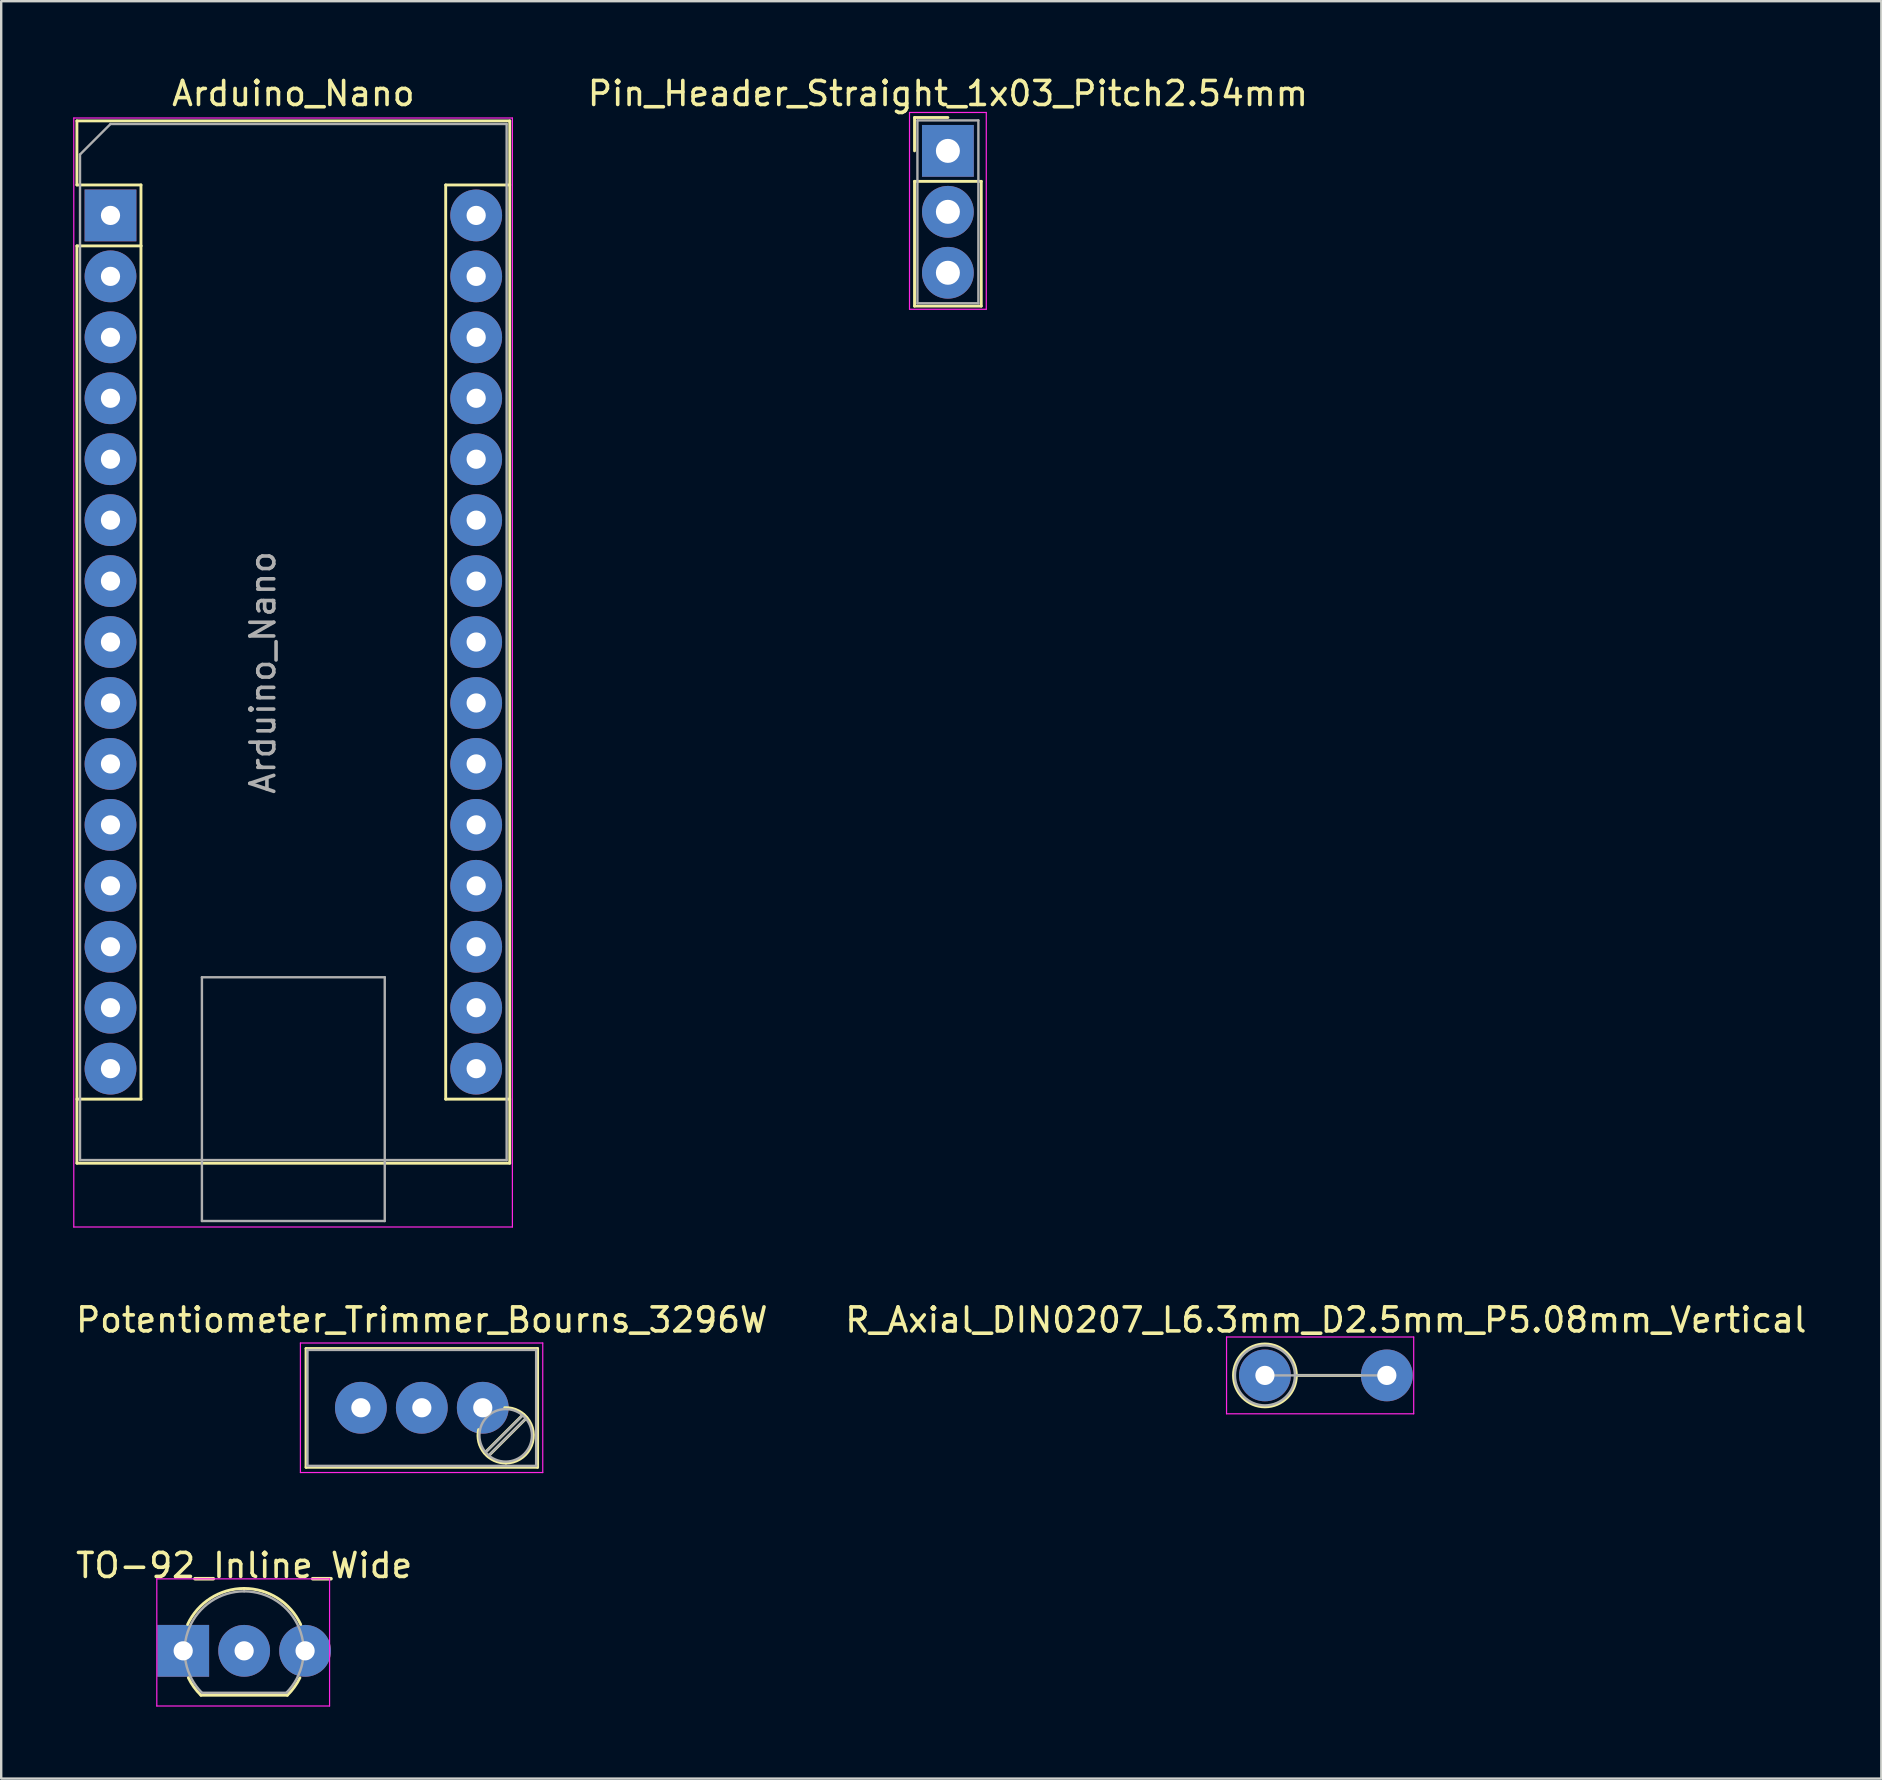
<source format=kicad_pcb>
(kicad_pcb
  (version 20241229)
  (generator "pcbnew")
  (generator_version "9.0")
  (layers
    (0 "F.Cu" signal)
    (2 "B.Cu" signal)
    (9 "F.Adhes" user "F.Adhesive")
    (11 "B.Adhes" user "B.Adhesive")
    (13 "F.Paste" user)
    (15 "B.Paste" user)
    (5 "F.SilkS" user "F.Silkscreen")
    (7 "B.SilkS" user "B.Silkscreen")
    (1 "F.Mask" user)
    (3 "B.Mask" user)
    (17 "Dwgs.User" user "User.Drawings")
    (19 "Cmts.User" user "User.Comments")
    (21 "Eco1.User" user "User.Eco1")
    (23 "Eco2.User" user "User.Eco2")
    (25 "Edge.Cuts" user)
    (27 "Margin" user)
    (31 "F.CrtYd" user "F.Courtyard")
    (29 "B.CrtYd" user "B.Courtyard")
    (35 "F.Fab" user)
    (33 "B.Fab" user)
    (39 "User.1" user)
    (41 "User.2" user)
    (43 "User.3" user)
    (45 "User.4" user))
  (footprint "R_Axial_DIN0207_L6.3mm_D2.5mm_P5.08mm_Vertical"
    (layer "F.Cu")
    (at 49.668 54.272)
    (property "Reference" "R_Axial_DIN0207_L6.3mm_D2.5mm_P5.08mm_Vertical" (at 2.54 -2.31 0) (layer "F.SilkS") (effects (font (size 1 1) (thickness 0.15))))
    (attr through_hole)
    (fp_line (start 1.31 0) (end 3.98 0) (stroke (width 0.12) (type solid)) (layer "F.SilkS"))
    (fp_circle (center 0 0) (end 1.31 0) (stroke (width 0.12) (type solid)) (fill no) (layer "F.SilkS"))
    (fp_line (start -1.6 -1.6) (end -1.6 1.6) (stroke (width 0.05) (type solid)) (layer "F.CrtYd"))
    (fp_line (start -1.6 1.6) (end 6.2 1.6) (stroke (width 0.05) (type solid)) (layer "F.CrtYd"))
    (fp_line (start 6.2 -1.6) (end -1.6 -1.6) (stroke (width 0.05) (type solid)) (layer "F.CrtYd"))
    (fp_line (start 6.2 1.6) (end 6.2 -1.6) (stroke (width 0.05) (type solid)) (layer "F.CrtYd"))
    (fp_line (start 0 0) (end 5.08 0) (stroke (width 0.1) (type solid)) (layer "F.Fab"))
    (fp_circle (center 0 0) (end 1.25 0) (stroke (width 0.1) (type solid)) (fill no) (layer "F.Fab"))
    (pad "1" thru_hole circle (at 0 0) (size 2.159 2.159) (drill 0.8) (layers "*.Cu" "*.Mask"))
    (pad "2" thru_hole oval (at 5.08 0) (size 2.159 2.159) (drill 0.8) (layers "*.Cu" "*.Mask")))
  (footprint "TO-92_Inline_Wide"
    (layer "F.Cu")
    (at 4.585 65.751)
    (property "Reference" "TO-92_Inline_Wide" (at 2.54 -3.556 180) (layer "F.SilkS") (effects (font (size 1 1) (thickness 0.15))))
    (attr through_hole)
    (fp_line (start 0.74 1.85) (end 4.34 1.85) (stroke (width 0.12) (type solid)) (layer "F.SilkS"))
    (fp_arc (start 0.1836 -1.098807) (mid 1.143021 -2.192817) (end 2.54 -2.6) (stroke (width 0.12) (type solid)) (layer "F.SilkS"))
    (fp_arc (start 0.74 1.85) (mid 0.446097 1.509328) (end 0.215816 1.122795) (stroke (width 0.12) (type solid)) (layer "F.SilkS"))
    (fp_arc (start 2.54 -2.6) (mid 3.936979 -2.192818) (end 4.8964 -1.098807) (stroke (width 0.12) (type solid)) (layer "F.SilkS"))
    (fp_arc (start 4.864184 1.122795) (mid 4.633903 1.509328) (end 4.34 1.85) (stroke (width 0.12) (type solid)) (layer "F.SilkS"))
    (fp_line (start -1.1 -3) (end 6.1 -3) (stroke (width 0.05) (type solid)) (layer "F.CrtYd"))
    (fp_line (start -1.1 2.3) (end -1.1 -3) (stroke (width 0.05) (type solid)) (layer "F.CrtYd"))
    (fp_line (start 6.1 -3) (end 6.1 2.3) (stroke (width 0.05) (type solid)) (layer "F.CrtYd"))
    (fp_line (start 6.1 2.3) (end -1.1 2.3) (stroke (width 0.05) (type solid)) (layer "F.CrtYd"))
    (fp_line (start 0.8 1.75) (end 4.3 1.75) (stroke (width 0.1) (type solid)) (layer "F.Fab"))
    (fp_arc (start 0.786375 1.753625) (mid 0.248779 -0.949055) (end 2.54 -2.48) (stroke (width 0.1) (type solid)) (layer "F.Fab"))
    (fp_arc (start 2.54 -2.48) (mid 4.831221 -0.949055) (end 4.293625 1.753625) (stroke (width 0.1) (type solid)) (layer "F.Fab"))
    (pad "1" thru_hole rect (at 0 0 90) (size 2.159 2.159) (drill 0.8) (layers "*.Cu" "*.Mask"))
    (pad "2" thru_hole circle (at 2.54 0 90) (size 2.159 2.159) (drill 0.8) (layers "*.Cu" "*.Mask"))
    (pad "3" thru_hole circle (at 5.08 0 90) (size 2.159 2.159) (drill 0.8) (layers "*.Cu" "*.Mask")))
  (footprint "Arduino_Nano"
    (layer "F.Cu")
    (at 1.555 5.928)
    (property "Reference" "Arduino_Nano" (at 7.62 -5.08 0) (layer "F.SilkS") (effects (font (size 1 1) (thickness 0.15))))
    (attr through_hole)
    (fp_line (start -1.4 -3.94) (end -1.4 -1.27) (stroke (width 0.12) (type solid)) (layer "F.SilkS"))
    (fp_line (start -1.4 1.27) (end -1.4 39.5) (stroke (width 0.12) (type solid)) (layer "F.SilkS"))
    (fp_line (start -1.4 39.5) (end 16.64 39.5) (stroke (width 0.12) (type solid)) (layer "F.SilkS"))
    (fp_line (start 1.27 -1.27) (end -1.4 -1.27) (stroke (width 0.12) (type solid)) (layer "F.SilkS"))
    (fp_line (start 1.27 1.27) (end -1.4 1.27) (stroke (width 0.12) (type solid)) (layer "F.SilkS"))
    (fp_line (start 1.27 1.27) (end 1.27 -1.27) (stroke (width 0.12) (type solid)) (layer "F.SilkS"))
    (fp_line (start 1.27 1.27) (end 1.27 36.83) (stroke (width 0.12) (type solid)) (layer "F.SilkS"))
    (fp_line (start 1.27 36.83) (end -1.4 36.83) (stroke (width 0.12) (type solid)) (layer "F.SilkS"))
    (fp_line (start 13.97 -1.27) (end 13.97 36.83) (stroke (width 0.12) (type solid)) (layer "F.SilkS"))
    (fp_line (start 13.97 -1.27) (end 16.64 -1.27) (stroke (width 0.12) (type solid)) (layer "F.SilkS"))
    (fp_line (start 13.97 36.83) (end 16.64 36.83) (stroke (width 0.12) (type solid)) (layer "F.SilkS"))
    (fp_line (start 16.64 -3.94) (end -1.4 -3.94) (stroke (width 0.12) (type solid)) (layer "F.SilkS"))
    (fp_line (start 16.64 39.5) (end 16.64 -3.94) (stroke (width 0.12) (type solid)) (layer "F.SilkS"))
    (fp_line (start -1.53 -4.06) (end -1.53 42.16) (stroke (width 0.05) (type solid)) (layer "F.CrtYd"))
    (fp_line (start -1.53 -4.06) (end 16.75 -4.06) (stroke (width 0.05) (type solid)) (layer "F.CrtYd"))
    (fp_line (start 16.75 42.16) (end -1.53 42.16) (stroke (width 0.05) (type solid)) (layer "F.CrtYd"))
    (fp_line (start 16.75 42.16) (end 16.75 -4.06) (stroke (width 0.05) (type solid)) (layer "F.CrtYd"))
    (fp_line (start -1.27 -2.54) (end 0 -3.81) (stroke (width 0.1) (type solid)) (layer "F.Fab"))
    (fp_line (start -1.27 39.37) (end -1.27 -2.54) (stroke (width 0.1) (type solid)) (layer "F.Fab"))
    (fp_line (start 0 -3.81) (end 16.51 -3.81) (stroke (width 0.1) (type solid)) (layer "F.Fab"))
    (fp_line (start 3.81 31.75) (end 11.43 31.75) (stroke (width 0.1) (type solid)) (layer "F.Fab"))
    (fp_line (start 3.81 41.91) (end 3.81 31.75) (stroke (width 0.1) (type solid)) (layer "F.Fab"))
    (fp_line (start 11.43 31.75) (end 11.43 41.91) (stroke (width 0.1) (type solid)) (layer "F.Fab"))
    (fp_line (start 11.43 41.91) (end 3.81 41.91) (stroke (width 0.1) (type solid)) (layer "F.Fab"))
    (fp_line (start 16.51 -3.81) (end 16.51 39.37) (stroke (width 0.1) (type solid)) (layer "F.Fab"))
    (fp_line (start 16.51 39.37) (end -1.27 39.37) (stroke (width 0.1) (type solid)) (layer "F.Fab"))
    (fp_text user "${REFERENCE}" (at 6.35 19.05 90) (layer "F.Fab") (effects (font (size 1 1) (thickness 0.15))))
    (pad "1" thru_hole rect (at 0 0) (size 2.159 2.159) (drill 0.8) (layers "*.Cu" "*.Mask"))
    (pad "2" thru_hole oval (at 0 2.54) (size 2.159 2.159) (drill 0.8) (layers "*.Cu" "*.Mask"))
    (pad "3" thru_hole oval (at 0 5.08) (size 2.159 2.159) (drill 0.8) (layers "*.Cu" "*.Mask"))
    (pad "4" thru_hole oval (at 0 7.62) (size 2.159 2.159) (drill 0.8) (layers "*.Cu" "*.Mask"))
    (pad "5" thru_hole oval (at 0 10.16) (size 2.159 2.159) (drill 0.8) (layers "*.Cu" "*.Mask"))
    (pad "6" thru_hole oval (at 0 12.7) (size 2.159 2.159) (drill 0.8) (layers "*.Cu" "*.Mask"))
    (pad "7" thru_hole oval (at 0 15.24) (size 2.159 2.159) (drill 0.8) (layers "*.Cu" "*.Mask"))
    (pad "8" thru_hole oval (at 0 17.78) (size 2.159 2.159) (drill 0.8) (layers "*.Cu" "*.Mask"))
    (pad "9" thru_hole oval (at 0 20.32) (size 2.159 2.159) (drill 0.8) (layers "*.Cu" "*.Mask"))
    (pad "10" thru_hole oval (at 0 22.86) (size 2.159 2.159) (drill 0.8) (layers "*.Cu" "*.Mask"))
    (pad "11" thru_hole oval (at 0 25.4) (size 2.159 2.159) (drill 0.8) (layers "*.Cu" "*.Mask"))
    (pad "12" thru_hole oval (at 0 27.94) (size 2.159 2.159) (drill 0.8) (layers "*.Cu" "*.Mask"))
    (pad "13" thru_hole oval (at 0 30.48) (size 2.159 2.159) (drill 0.8) (layers "*.Cu" "*.Mask"))
    (pad "14" thru_hole oval (at 0 33.02) (size 2.159 2.159) (drill 0.8) (layers "*.Cu" "*.Mask"))
    (pad "15" thru_hole oval (at 0 35.56) (size 2.159 2.159) (drill 0.8) (layers "*.Cu" "*.Mask"))
    (pad "16" thru_hole oval (at 15.24 35.56) (size 2.159 2.159) (drill 0.8) (layers "*.Cu" "*.Mask"))
    (pad "17" thru_hole oval (at 15.24 33.02) (size 2.159 2.159) (drill 0.8) (layers "*.Cu" "*.Mask"))
    (pad "18" thru_hole oval (at 15.24 30.48) (size 2.159 2.159) (drill 0.8) (layers "*.Cu" "*.Mask"))
    (pad "19" thru_hole oval (at 15.24 27.94) (size 2.159 2.159) (drill 0.8) (layers "*.Cu" "*.Mask"))
    (pad "20" thru_hole oval (at 15.24 25.4) (size 2.159 2.159) (drill 0.8) (layers "*.Cu" "*.Mask"))
    (pad "21" thru_hole oval (at 15.24 22.86) (size 2.159 2.159) (drill 0.8) (layers "*.Cu" "*.Mask"))
    (pad "22" thru_hole oval (at 15.24 20.32) (size 2.159 2.159) (drill 0.8) (layers "*.Cu" "*.Mask"))
    (pad "23" thru_hole oval (at 15.24 17.78) (size 2.159 2.159) (drill 0.8) (layers "*.Cu" "*.Mask"))
    (pad "24" thru_hole oval (at 15.24 15.24) (size 2.159 2.159) (drill 0.8) (layers "*.Cu" "*.Mask"))
    (pad "25" thru_hole oval (at 15.24 12.7) (size 2.159 2.159) (drill 0.8) (layers "*.Cu" "*.Mask"))
    (pad "26" thru_hole oval (at 15.24 10.16) (size 2.159 2.159) (drill 0.8) (layers "*.Cu" "*.Mask"))
    (pad "27" thru_hole oval (at 15.24 7.62) (size 2.159 2.159) (drill 0.8) (layers "*.Cu" "*.Mask"))
    (pad "28" thru_hole oval (at 15.24 5.08) (size 2.159 2.159) (drill 0.8) (layers "*.Cu" "*.Mask"))
    (pad "29" thru_hole oval (at 15.24 2.54) (size 2.159 2.159) (drill 0.8) (layers "*.Cu" "*.Mask"))
    (pad "30" thru_hole oval (at 15.24 0) (size 2.159 2.159) (drill 0.8) (layers "*.Cu" "*.Mask")))
  (footprint "Pin_Header_Straight_1x03_Pitch2.54mm"
    (layer "F.Cu")
    (at 36.455 3.238)
    (property "Reference" "Pin_Header_Straight_1x03_Pitch2.54mm" (at 0 -2.39 0) (layer "F.SilkS") (effects (font (size 1 1) (thickness 0.15))))
    (attr through_hole)
    (fp_line (start -1.39 -1.39) (end 0 -1.39) (stroke (width 0.12) (type solid)) (layer "F.SilkS"))
    (fp_line (start -1.39 0) (end -1.39 -1.39) (stroke (width 0.12) (type solid)) (layer "F.SilkS"))
    (fp_line (start -1.39 1.27) (end -1.39 6.47) (stroke (width 0.12) (type solid)) (layer "F.SilkS"))
    (fp_line (start -1.39 6.47) (end 1.39 6.47) (stroke (width 0.12) (type solid)) (layer "F.SilkS"))
    (fp_line (start 1.39 1.27) (end -1.39 1.27) (stroke (width 0.12) (type solid)) (layer "F.SilkS"))
    (fp_line (start 1.39 6.47) (end 1.39 1.27) (stroke (width 0.12) (type solid)) (layer "F.SilkS"))
    (fp_line (start -1.6 -1.6) (end -1.6 6.6) (stroke (width 0.05) (type solid)) (layer "F.CrtYd"))
    (fp_line (start -1.6 6.6) (end 1.6 6.6) (stroke (width 0.05) (type solid)) (layer "F.CrtYd"))
    (fp_line (start 1.6 -1.6) (end -1.6 -1.6) (stroke (width 0.05) (type solid)) (layer "F.CrtYd"))
    (fp_line (start 1.6 6.6) (end 1.6 -1.6) (stroke (width 0.05) (type solid)) (layer "F.CrtYd"))
    (fp_line (start -1.27 -1.27) (end -1.27 6.35) (stroke (width 0.1) (type solid)) (layer "F.Fab"))
    (fp_line (start -1.27 6.35) (end 1.27 6.35) (stroke (width 0.1) (type solid)) (layer "F.Fab"))
    (fp_line (start 1.27 -1.27) (end -1.27 -1.27) (stroke (width 0.1) (type solid)) (layer "F.Fab"))
    (fp_line (start 1.27 6.35) (end 1.27 -1.27) (stroke (width 0.1) (type solid)) (layer "F.Fab"))
    (pad "1" thru_hole rect (at 0 0) (size 2.159 2.159) (drill 1) (layers "*.Cu" "*.Mask"))
    (pad "2" thru_hole oval (at 0 2.54) (size 2.159 2.159) (drill 1) (layers "*.Cu" "*.Mask"))
    (pad "3" thru_hole oval (at 0 5.08) (size 2.159 2.159) (drill 1) (layers "*.Cu" "*.Mask")))
  (footprint "Potentiometer_Trimmer_Bourns_3296W"
    (layer "F.Cu")
    (at 17.07 55.621)
    (property "Reference" "Potentiometer_Trimmer_Bourns_3296W" (at -2.54 -3.66 0) (layer "F.SilkS") (effects (font (size 1 1) (thickness 0.15))))
    (attr through_hole)
    (fp_line (start -7.365 -2.47) (end -7.365 2.481) (stroke (width 0.12) (type solid)) (layer "F.SilkS"))
    (fp_line (start -7.365 -2.47) (end 2.285 -2.47) (stroke (width 0.12) (type solid)) (layer "F.SilkS"))
    (fp_line (start -7.365 2.481) (end 2.285 2.481) (stroke (width 0.12) (type solid)) (layer "F.SilkS"))
    (fp_line (start 1.691 0.275) (end 0.079 1.885) (stroke (width 0.12) (type solid)) (layer "F.SilkS"))
    (fp_line (start 1.831 0.416) (end 0.22 2.026) (stroke (width 0.12) (type solid)) (layer "F.SilkS"))
    (fp_line (start 2.285 -2.47) (end 2.285 2.481) (stroke (width 0.12) (type solid)) (layer "F.SilkS"))
    (fp_arc (start 0.914691 -0.004296) (mid 2.109824 1.129842) (end 0.955 2.305) (stroke (width 0.12) (type solid)) (layer "F.SilkS"))
    (fp_arc (start 0.975121 2.304052) (mid 0.064355 1.884161) (end -0.174 0.91) (stroke (width 0.12) (type solid)) (layer "F.SilkS"))
    (fp_line (start -7.6 -2.7) (end -7.6 2.7) (stroke (width 0.05) (type solid)) (layer "F.CrtYd"))
    (fp_line (start -7.6 2.7) (end 2.5 2.7) (stroke (width 0.05) (type solid)) (layer "F.CrtYd"))
    (fp_line (start 2.5 -2.7) (end -7.6 -2.7) (stroke (width 0.05) (type solid)) (layer "F.CrtYd"))
    (fp_line (start 2.5 2.7) (end 2.5 -2.7) (stroke (width 0.05) (type solid)) (layer "F.CrtYd"))
    (fp_line (start -7.305 -2.41) (end -7.305 2.42) (stroke (width 0.1) (type solid)) (layer "F.Fab"))
    (fp_line (start -7.305 2.42) (end 2.225 2.42) (stroke (width 0.1) (type solid)) (layer "F.Fab"))
    (fp_line (start 1.652 0.32) (end 0.125 1.847) (stroke (width 0.1) (type solid)) (layer "F.Fab"))
    (fp_line (start 1.786 0.454) (end 0.259 1.981) (stroke (width 0.1) (type solid)) (layer "F.Fab"))
    (fp_line (start 2.225 -2.41) (end -7.305 -2.41) (stroke (width 0.1) (type solid)) (layer "F.Fab"))
    (fp_line (start 2.225 2.42) (end 2.225 -2.41) (stroke (width 0.1) (type solid)) (layer "F.Fab"))
    (fp_circle (center 0.955 1.15) (end 2.05 1.15) (stroke (width 0.1) (type solid)) (fill no) (layer "F.Fab"))
    (pad "1" thru_hole circle (at 0 0) (size 2.159 2.159) (drill 0.8) (layers "*.Cu" "*.Mask"))
    (pad "2" thru_hole circle (at -2.54 0) (size 2.159 2.159) (drill 0.8) (layers "*.Cu" "*.Mask"))
    (pad "3" thru_hole circle (at -5.08 0) (size 2.159 2.159) (drill 0.8) (layers "*.Cu" "*.Mask")))
  (gr_rect
    (start -3 -3)
    (end 75.357 71.076)
    (stroke (width 0.1) (type default))
    (fill no)
    (layer "Edge.Cuts")))
</source>
